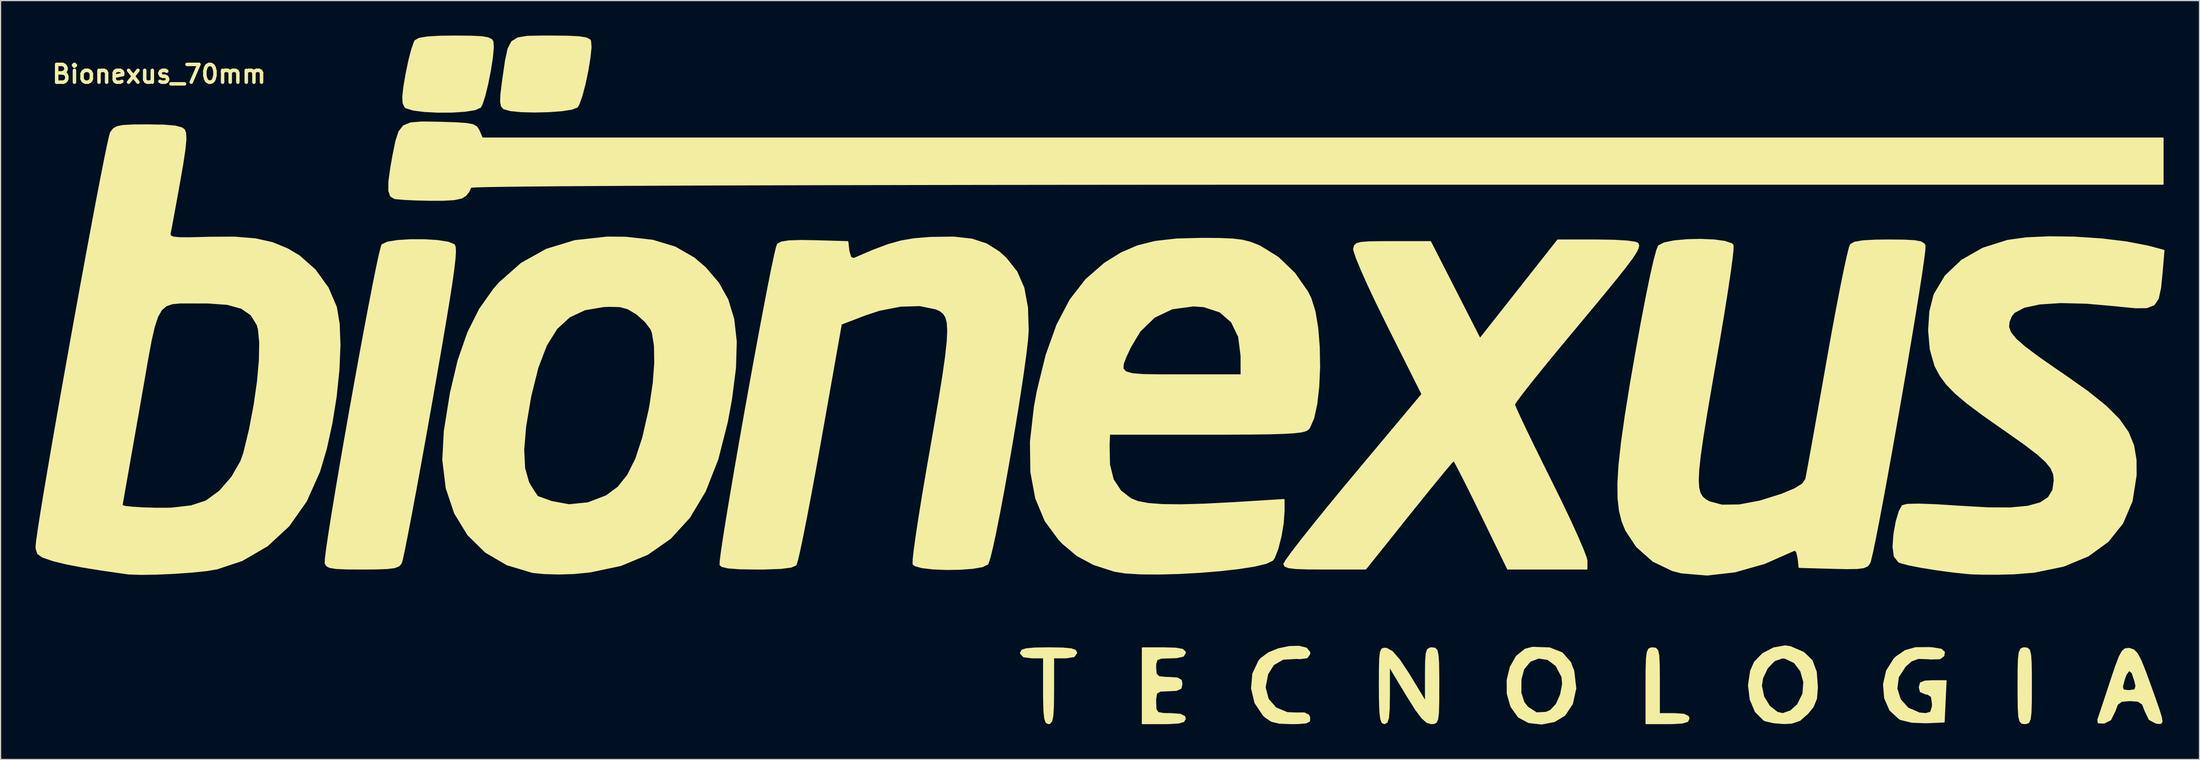
<source format=kicad_pcb>
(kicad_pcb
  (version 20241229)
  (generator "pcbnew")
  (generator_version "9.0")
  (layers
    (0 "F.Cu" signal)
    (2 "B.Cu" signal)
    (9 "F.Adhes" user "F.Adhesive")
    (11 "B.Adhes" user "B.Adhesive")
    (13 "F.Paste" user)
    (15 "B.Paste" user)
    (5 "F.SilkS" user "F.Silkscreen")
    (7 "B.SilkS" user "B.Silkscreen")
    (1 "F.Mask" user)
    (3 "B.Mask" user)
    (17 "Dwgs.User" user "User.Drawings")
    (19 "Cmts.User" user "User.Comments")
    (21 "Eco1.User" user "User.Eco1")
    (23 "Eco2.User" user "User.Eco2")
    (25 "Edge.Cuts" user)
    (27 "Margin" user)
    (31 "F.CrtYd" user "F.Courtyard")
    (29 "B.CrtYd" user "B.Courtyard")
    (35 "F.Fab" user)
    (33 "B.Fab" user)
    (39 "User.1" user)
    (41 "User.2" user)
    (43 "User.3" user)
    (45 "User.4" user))
  (footprint "Bionexus_70mm"
    (layer "F.Cu")
    (at 90.65 28.838)
    (property "Reference" "Bionexus_70mm" (at -80.061 -25.527 0) (layer "F.SilkS") (effects (font (size 1.524 1.524) (thickness 0.3))))
    (attr through_hole)
    (fp_poly (pts (xy 51.082 29.774) (xy 50.96 30.012) (xy 50.522 30.144) (xy 49.664 30.195) (xy 49.248 30.198) (xy 47.413 30.198) (xy 47.413 26.952) (xy 47.419 25.558) (xy 47.448 24.632) (xy 47.517 24.08) (xy 47.642 23.806) (xy 47.84 23.714) (xy 47.978 23.707) (xy 48.235 23.745) (xy 48.399 23.93) (xy 48.492 24.362) (xy 48.532 25.144) (xy 48.542 26.378) (xy 48.542 26.529) (xy 48.542 29.351) (xy 49.812 29.351) (xy 50.649 29.407) (xy 51.031 29.595) (xy 51.082 29.774)) (stroke (width 0.1) (type solid)) (fill yes) (layer "F.SilkS"))
    (fp_poly (pts (xy 80.433 26.952) (xy 80.427 28.347) (xy 80.398 29.272) (xy 80.33 29.824) (xy 80.205 30.099) (xy 80.007 30.19) (xy 79.869 30.198) (xy 79.626 30.163) (xy 79.465 29.996) (xy 79.369 29.602) (xy 79.322 28.883) (xy 79.306 27.746) (xy 79.304 26.952) (xy 79.31 25.558) (xy 79.339 24.632) (xy 79.408 24.08) (xy 79.533 23.806) (xy 79.731 23.714) (xy 79.869 23.707) (xy 80.111 23.741) (xy 80.272 23.908) (xy 80.368 24.303) (xy 80.416 25.021) (xy 80.432 26.159) (xy 80.433 26.952)) (stroke (width 0.1) (type solid)) (fill yes) (layer "F.SilkS"))
    (fp_poly (pts (xy -1.411 24.13) (xy -1.625 24.443) (xy -2.309 24.553) (xy -2.399 24.553) (xy -3.387 24.553) (xy -3.387 27.376) (xy -3.401 28.692) (xy -3.452 29.537) (xy -3.554 30.003) (xy -3.722 30.184) (xy -3.81 30.198) (xy -4.007 30.105) (xy -4.134 29.763) (xy -4.204 29.08) (xy -4.231 27.963) (xy -4.233 27.376) (xy -4.233 24.553) (xy -5.221 24.553) (xy -5.952 24.462) (xy -6.207 24.169) (xy -6.209 24.13) (xy -6.106 23.918) (xy -5.734 23.789) (xy -4.992 23.724) (xy -3.81 23.707) (xy -2.611 23.725) (xy -1.877 23.791) (xy -1.51 23.921) (xy -1.411 24.13)) (stroke (width 0.1) (type solid)) (fill yes) (layer "F.SilkS"))
    (fp_poly (pts (xy -51.416 -27.805) (xy -51.501 -26.915) (xy -51.673 -25.813) (xy -51.9 -24.668) (xy -52.151 -23.646) (xy -52.393 -22.915) (xy -52.517 -22.691) (xy -52.969 -22.486) (xy -53.829 -22.348) (xy -54.944 -22.276) (xy -56.16 -22.27) (xy -57.325 -22.329) (xy -58.285 -22.453) (xy -58.888 -22.64) (xy -58.981 -22.715) (xy -59.136 -23.043) (xy -59.166 -23.587) (xy -59.069 -24.461) (xy -58.877 -25.577) (xy -58.637 -26.725) (xy -58.387 -27.681) (xy -58.17 -28.293) (xy -58.105 -28.403) (xy -57.765 -28.59) (xy -57.066 -28.71) (xy -55.934 -28.773) (xy -54.708 -28.787) (xy -53.321 -28.775) (xy -52.399 -28.729) (xy -51.842 -28.636) (xy -51.551 -28.48) (xy -51.45 -28.319) (xy -51.416 -27.805)) (stroke (width 0.1) (type solid)) (fill yes) (layer "F.SilkS"))
    (fp_poly (pts (xy -43.041 -27.832) (xy -43.131 -26.93) (xy -43.313 -25.822) (xy -43.555 -24.676) (xy -43.822 -23.657) (xy -44.082 -22.932) (xy -44.221 -22.706) (xy -44.678 -22.526) (xy -45.542 -22.394) (xy -46.657 -22.312) (xy -47.866 -22.284) (xy -49.013 -22.313) (xy -49.942 -22.404) (xy -50.497 -22.559) (xy -50.506 -22.565) (xy -50.697 -22.764) (xy -50.779 -23.129) (xy -50.755 -23.777) (xy -50.628 -24.824) (xy -50.562 -25.288) (xy -50.352 -26.721) (xy -50.14 -27.698) (xy -49.826 -28.306) (xy -49.305 -28.632) (xy -48.477 -28.764) (xy -47.237 -28.788) (xy -46.446 -28.787) (xy -45.003 -28.773) (xy -44.034 -28.724) (xy -43.446 -28.629) (xy -43.149 -28.475) (xy -43.078 -28.364) (xy -43.041 -27.832)) (stroke (width 0.1) (type solid)) (fill yes) (layer "F.SilkS"))
    (fp_poly (pts (xy 18.571 24.079) (xy 18.566 24.237) (xy 18.342 24.544) (xy 17.753 24.621) (xy 17.442 24.603) (xy 16.277 24.672) (xy 15.463 25.146) (xy 14.965 25.948) (xy 14.746 27.087) (xy 15.007 28.093) (xy 15.668 28.856) (xy 16.651 29.266) (xy 17.351 29.297) (xy 18.114 29.294) (xy 18.479 29.475) (xy 18.571 29.704) (xy 18.552 29.981) (xy 18.276 30.131) (xy 17.628 30.19) (xy 16.993 30.198) (xy 15.971 30.159) (xy 15.305 29.999) (xy 14.786 29.657) (xy 14.591 29.472) (xy 13.895 28.423) (xy 13.597 27.181) (xy 13.704 25.922) (xy 14.222 24.822) (xy 14.395 24.617) (xy 15.053 24.13) (xy 15.907 23.786) (xy 16.821 23.597) (xy 17.659 23.574) (xy 18.288 23.731) (xy 18.571 24.079)) (stroke (width 0.1) (type solid)) (fill yes) (layer "F.SilkS"))
    (fp_poly (pts (xy 41.378 27.172) (xy 41.088 28.5) (xy 40.431 29.484) (xy 40.263 29.586) (xy 40.263 26.792) (xy 40.204 26.181) (xy 39.703 25.229) (xy 38.995 24.694) (xy 38.208 24.569) (xy 37.472 24.845) (xy 36.915 25.516) (xy 36.679 26.388) (xy 36.668 27.56) (xy 36.935 28.384) (xy 37.253 28.787) (xy 38.015 29.286) (xy 38.833 29.245) (xy 39.225 29.071) (xy 39.717 28.549) (xy 40.091 27.708) (xy 40.263 26.792) (xy 40.263 29.586) (xy 39.55 30.02) (xy 38.451 30.23) (xy 37.352 30.104) (xy 36.474 29.635) (xy 36.47 29.632) (xy 35.829 28.731) (xy 35.518 27.631) (xy 35.509 26.46) (xy 35.779 25.35) (xy 36.3 24.428) (xy 37.048 23.824) (xy 37.659 23.663) (xy 39.136 23.712) (xy 40.209 24.132) (xy 40.92 24.945) (xy 41.205 25.686) (xy 41.378 27.172)) (stroke (width 0.1) (type solid)) (fill yes) (layer "F.SilkS"))
    (fp_poly (pts (xy 7.902 29.774) (xy 7.78 30.012) (xy 7.342 30.144) (xy 6.484 30.195) (xy 6.068 30.198) (xy 4.233 30.198) (xy 4.233 26.952) (xy 4.233 23.707) (xy 6.068 23.707) (xy 7.097 23.735) (xy 7.669 23.836) (xy 7.889 24.034) (xy 7.902 24.13) (xy 7.736 24.409) (xy 7.171 24.536) (xy 6.632 24.553) (xy 5.851 24.578) (xy 5.481 24.72) (xy 5.369 25.081) (xy 5.362 25.4) (xy 5.407 25.943) (xy 5.648 26.184) (xy 6.249 26.245) (xy 6.491 26.247) (xy 7.23 26.294) (xy 7.556 26.485) (xy 7.62 26.811) (xy 7.525 27.18) (xy 7.143 27.344) (xy 6.491 27.376) (xy 5.768 27.405) (xy 5.447 27.59) (xy 5.365 28.072) (xy 5.362 28.363) (xy 5.389 28.97) (xy 5.573 29.258) (xy 6.067 29.345) (xy 6.632 29.351) (xy 7.469 29.407) (xy 7.851 29.595) (xy 7.902 29.774)) (stroke (width 0.1) (type solid)) (fill yes) (layer "F.SilkS"))
    (fp_poly (pts (xy 62.089 27.077) (xy 62.014 28.055) (xy 61.72 28.767) (xy 61.27 29.321) (xy 60.938 29.614) (xy 60.938 26.636) (xy 60.676 25.695) (xy 60.124 24.964) (xy 59.33 24.586) (xy 59.075 24.562) (xy 58.4 24.805) (xy 57.796 25.44) (xy 57.39 26.297) (xy 57.291 26.952) (xy 57.485 27.893) (xy 57.983 28.711) (xy 58.656 29.241) (xy 59.126 29.351) (xy 59.798 29.119) (xy 60.403 28.575) (xy 60.863 27.643) (xy 60.938 26.636) (xy 60.938 29.614) (xy 60.598 29.913) (xy 59.89 30.157) (xy 59.224 30.189) (xy 58.342 30.119) (xy 57.639 29.956) (xy 57.503 29.893) (xy 56.786 29.176) (xy 56.342 28.121) (xy 56.197 26.899) (xy 56.378 25.681) (xy 56.713 24.923) (xy 57.403 24.207) (xy 58.352 23.713) (xy 59.333 23.539) (xy 59.782 23.608) (xy 60.914 24.098) (xy 61.625 24.778) (xy 61.991 25.762) (xy 62.089 27.077)) (stroke (width 0.1) (type solid)) (fill yes) (layer "F.SilkS"))
    (fp_poly (pts (xy 73.122 26.529) (xy 73.038 28.293) (xy 72.954 30.057) (xy 71.402 30.123) (xy 70.198 30.077) (xy 69.265 29.854) (xy 69.113 29.781) (xy 68.318 29.048) (xy 67.868 28.015) (xy 67.771 26.837) (xy 68.034 25.669) (xy 68.666 24.662) (xy 68.849 24.483) (xy 69.628 23.943) (xy 70.524 23.694) (xy 71.73 23.686) (xy 71.967 23.704) (xy 72.704 23.826) (xy 72.976 24.069) (xy 72.926 24.385) (xy 72.593 24.628) (xy 71.823 24.651) (xy 71.595 24.629) (xy 70.746 24.601) (xy 70.15 24.823) (xy 69.635 25.268) (xy 69.03 26.204) (xy 68.902 27.202) (xy 69.197 28.135) (xy 69.861 28.876) (xy 70.838 29.299) (xy 71.384 29.351) (xy 71.808 29.226) (xy 71.959 28.75) (xy 71.967 28.504) (xy 71.878 27.885) (xy 71.548 27.667) (xy 71.402 27.658) (xy 70.931 27.458) (xy 70.838 27.093) (xy 70.931 26.726) (xy 71.31 26.562) (xy 71.98 26.529) (xy 73.122 26.529)) (stroke (width 0.1) (type solid)) (fill yes) (layer "F.SilkS"))
    (fp_poly (pts (xy 29.633 26.952) (xy 29.629 28.344) (xy 29.604 29.267) (xy 29.539 29.818) (xy 29.414 30.093) (xy 29.212 30.187) (xy 28.992 30.198) (xy 28.62 30.092) (xy 28.202 29.721) (xy 27.669 29.009) (xy 26.956 27.878) (xy 26.875 27.744) (xy 25.4 25.29) (xy 25.4 27.744) (xy 25.383 28.959) (xy 25.319 29.708) (xy 25.193 30.088) (xy 24.986 30.198) (xy 24.977 30.198) (xy 24.791 30.111) (xy 24.668 29.794) (xy 24.594 29.157) (xy 24.56 28.113) (xy 24.553 26.933) (xy 24.557 25.537) (xy 24.582 24.612) (xy 24.645 24.066) (xy 24.764 23.806) (xy 24.959 23.737) (xy 25.175 23.758) (xy 25.65 24.025) (xy 26.264 24.731) (xy 27.05 25.917) (xy 27.151 26.083) (xy 28.504 28.318) (xy 28.504 26.013) (xy 28.516 24.873) (xy 28.568 24.186) (xy 28.689 23.838) (xy 28.906 23.717) (xy 29.069 23.707) (xy 29.311 23.741) (xy 29.472 23.908) (xy 29.568 24.303) (xy 29.616 25.021) (xy 29.632 26.159) (xy 29.633 26.952)) (stroke (width 0.1) (type solid)) (fill yes) (layer "F.SilkS"))
    (fp_poly (pts (xy 91.631 30.005) (xy 91.564 30.166) (xy 91.381 30.187) (xy 91.123 30.15) (xy 90.549 29.846) (xy 90.209 29.139) (xy 89.968 28.527) (xy 89.582 28.271) (xy 89.413 28.259) (xy 89.413 26.997) (xy 89.334 26.599) (xy 89.077 25.833) (xy 88.819 25.63) (xy 88.552 25.987) (xy 88.411 26.381) (xy 88.238 27.034) (xy 88.31 27.312) (xy 88.693 27.375) (xy 88.816 27.376) (xy 89.307 27.31) (xy 89.413 26.997) (xy 89.413 28.259) (xy 88.9 28.222) (xy 88.184 28.28) (xy 87.814 28.554) (xy 87.591 29.139) (xy 87.229 29.871) (xy 86.664 30.152) (xy 86.179 30.127) (xy 86.14 29.87) (xy 86.283 29.458) (xy 86.557 28.637) (xy 86.92 27.539) (xy 87.232 26.587) (xy 87.661 25.304) (xy 87.977 24.471) (xy 88.234 23.996) (xy 88.483 23.788) (xy 88.776 23.756) (xy 88.856 23.765) (xy 89.204 23.879) (xy 89.509 24.192) (xy 89.833 24.803) (xy 90.236 25.813) (xy 90.446 26.388) (xy 90.988 27.895) (xy 91.357 28.947) (xy 91.567 29.625) (xy 91.631 30.005)) (stroke (width 0.1) (type solid)) (fill yes) (layer "F.SilkS"))
    (fp_poly (pts (xy 91.722 -16.087) (xy 19.191 -16.087) (xy 11.641 -16.086) (xy 4.433 -16.083) (xy -2.419 -16.078) (xy -8.901 -16.071) (xy -15 -16.062) (xy -20.702 -16.052) (xy -25.993 -16.04) (xy -30.86 -16.026) (xy -35.289 -16.01) (xy -39.266 -15.993) (xy -42.778 -15.974) (xy -45.811 -15.954) (xy -48.352 -15.932) (xy -50.387 -15.909) (xy -51.902 -15.885) (xy -52.884 -15.859) (xy -53.318 -15.832) (xy -53.34 -15.825) (xy -53.52 -15.434) (xy -53.783 -15.119) (xy -54.147 -14.896) (xy -54.763 -14.764) (xy -55.744 -14.709) (xy -56.817 -14.708) (xy -58.022 -14.736) (xy -59.05 -14.784) (xy -59.743 -14.843) (xy -59.902 -14.87) (xy -60.211 -15.07) (xy -60.362 -15.52) (xy -60.356 -16.301) (xy -60.196 -17.491) (xy -60.004 -18.559) (xy -59.759 -19.767) (xy -59.498 -20.584) (xy -59.114 -21.081) (xy -58.501 -21.333) (xy -57.553 -21.413) (xy -56.162 -21.394) (xy -55.908 -21.387) (xy -54.571 -21.344) (xy -53.689 -21.282) (xy -53.151 -21.179) (xy -52.849 -21.009) (xy -52.673 -20.75) (xy -52.638 -20.673) (xy -52.359 -20.038) (xy 19.681 -20.038) (xy 91.722 -20.038) (xy 91.722 -18.062) (xy 91.722 -16.087)) (stroke (width 0.1) (type solid)) (fill yes) (layer "F.SilkS"))
    (fp_poly (pts (xy -54.664 -10.288) (xy -54.704 -9.668) (xy -54.806 -8.77) (xy -54.978 -7.55) (xy -55.226 -5.965) (xy -55.556 -3.973) (xy -55.973 -1.529) (xy -56.486 1.41) (xy -56.722 2.753) (xy -57.196 5.423) (xy -57.648 7.933) (xy -58.068 10.225) (xy -58.446 12.244) (xy -58.769 13.932) (xy -59.028 15.232) (xy -59.211 16.088) (xy -59.308 16.439) (xy -59.498 16.661) (xy -59.856 16.806) (xy -60.488 16.889) (xy -61.497 16.926) (xy -62.63 16.933) (xy -63.997 16.923) (xy -64.899 16.882) (xy -65.438 16.795) (xy -65.712 16.646) (xy -65.818 16.439) (xy -65.8 16.046) (xy -65.69 15.167) (xy -65.497 13.87) (xy -65.235 12.221) (xy -64.916 10.287) (xy -64.551 8.135) (xy -64.152 5.832) (xy -63.731 3.443) (xy -63.301 1.036) (xy -62.872 -1.322) (xy -62.457 -3.566) (xy -62.067 -5.628) (xy -61.715 -7.442) (xy -61.413 -8.941) (xy -61.172 -10.058) (xy -61.004 -10.727) (xy -60.941 -10.888) (xy -60.481 -11.101) (xy -59.619 -11.242) (xy -58.511 -11.312) (xy -57.316 -11.311) (xy -56.19 -11.24) (xy -55.291 -11.1) (xy -54.777 -10.892) (xy -54.75 -10.864) (xy -54.682 -10.672) (xy -54.664 -10.288)) (stroke (width 0.1) (type solid)) (fill yes) (layer "F.SilkS"))
    (fp_poly (pts (xy 46.768 -10.825) (xy 46.719 -10.582) (xy 46.537 -10.219) (xy 46.187 -9.692) (xy 45.635 -8.955) (xy 44.848 -7.962) (xy 43.791 -6.668) (xy 42.432 -5.028) (xy 41.012 -3.326) (xy 39.72 -1.771) (xy 38.556 -0.349) (xy 37.568 0.879) (xy 36.802 1.855) (xy 36.305 2.52) (xy 36.124 2.813) (xy 36.124 2.814) (xy 36.246 3.139) (xy 36.588 3.895) (xy 37.115 5.01) (xy 37.794 6.412) (xy 38.589 8.028) (xy 39.229 9.313) (xy 40.093 11.068) (xy 40.864 12.688) (xy 41.508 14.096) (xy 41.989 15.214) (xy 42.272 15.962) (xy 42.333 16.225) (xy 42.333 16.933) (xy 38.941 16.933) (xy 35.548 16.933) (xy 33.285 12.277) (xy 32.563 10.801) (xy 31.924 9.518) (xy 31.41 8.507) (xy 31.061 7.848) (xy 30.919 7.62) (xy 30.72 7.83) (xy 30.223 8.418) (xy 29.481 9.319) (xy 28.546 10.469) (xy 27.473 11.802) (xy 27.093 12.277) (xy 23.372 16.933) (xy 19.87 16.933) (xy 18.384 16.923) (xy 17.376 16.887) (xy 16.761 16.812) (xy 16.454 16.691) (xy 16.369 16.511) (xy 16.369 16.507) (xy 16.544 16.195) (xy 17.042 15.507) (xy 17.819 14.496) (xy 18.832 13.219) (xy 20.038 11.728) (xy 21.395 10.079) (xy 22.287 9.008) (xy 28.205 1.935) (xy 25.234 -4) (xy 24.359 -5.781) (xy 23.603 -7.383) (xy 22.998 -8.736) (xy 22.575 -9.766) (xy 22.366 -10.401) (xy 22.35 -10.542) (xy 22.417 -10.802) (xy 22.594 -10.975) (xy 22.979 -11.078) (xy 23.672 -11.129) (xy 24.771 -11.146) (xy 25.682 -11.148) (xy 28.928 -11.148) (xy 31.05 -6.989) (xy 33.171 -2.83) (xy 36.504 -7.059) (xy 39.837 -11.289) (xy 43.185 -11.289) (xy 44.674 -11.264) (xy 45.811 -11.196) (xy 46.518 -11.089) (xy 46.715 -10.994) (xy 46.768 -10.825)) (stroke (width 0.1) (type solid)) (fill yes) (layer "F.SilkS"))
    (fp_poly (pts (xy -30.59 -2.583) (xy -30.656 -0.32) (xy -30.995 2.341) (xy -31.354 4.302) (xy -32.171 7.522) (xy -33.242 10.249) (xy -34.587 12.503) (xy -36.227 14.303) (xy -37.565 15.238) (xy -37.565 -0.758) (xy -37.59 -2.232) (xy -37.769 -3.328) (xy -37.897 -3.66) (xy -38.361 -4.272) (xy -39.063 -4.904) (xy -39.233 -5.026) (xy -39.898 -5.408) (xy -40.573 -5.588) (xy -41.486 -5.61) (xy -41.975 -5.586) (xy -43.557 -5.319) (xy -44.878 -4.703) (xy -45.969 -3.698) (xy -46.864 -2.262) (xy -47.595 -0.354) (xy -48.196 2.067) (xy -48.225 2.208) (xy -48.644 4.693) (xy -48.813 6.706) (xy -48.733 8.285) (xy -48.403 9.463) (xy -48.237 9.774) (xy -47.856 10.374) (xy -47.626 10.706) (xy -47.602 10.729) (xy -47.335 10.819) (xy -46.72 11.042) (xy -46.426 11.151) (xy -44.922 11.43) (xy -43.295 11.263) (xy -41.74 10.67) (xy -41.703 10.65) (xy -40.714 9.916) (xy -39.885 8.877) (xy -39.185 7.472) (xy -38.586 5.638) (xy -38.057 3.313) (xy -37.972 2.862) (xy -37.692 0.978) (xy -37.565 -0.758) (xy -37.565 15.238) (xy -38.182 15.669) (xy -40.473 16.623) (xy -43.119 17.183) (xy -44.501 17.317) (xy -45.784 17.357) (xy -47.05 17.323) (xy -48.032 17.224) (xy -48.054 17.22) (xy -50.233 16.569) (xy -52.087 15.481) (xy -53.59 13.997) (xy -54.716 12.157) (xy -55.439 10.003) (xy -55.735 7.576) (xy -55.604 5.106) (xy -55.08 1.825) (xy -54.419 -0.968) (xy -53.595 -3.34) (xy -52.585 -5.357) (xy -51.364 -7.085) (xy -50.884 -7.632) (xy -49.006 -9.292) (xy -46.861 -10.49) (xy -44.419 -11.234) (xy -41.652 -11.537) (xy -40.047 -11.523) (xy -37.744 -11.263) (xy -35.829 -10.684) (xy -34.2 -9.748) (xy -33.229 -8.914) (xy -32.116 -7.613) (xy -31.311 -6.166) (xy -30.806 -4.51) (xy -30.59 -2.583)) (stroke (width 0.1) (type solid)) (fill yes) (layer "F.SilkS"))
    (fp_poly (pts (xy 91.8 -10.399) (xy 91.641 -8.516) (xy 91.507 -7.172) (xy 91.31 -6.269) (xy 90.953 -5.735) (xy 90.337 -5.498) (xy 89.367 -5.486) (xy 87.944 -5.626) (xy 87.771 -5.646) (xy 85.172 -5.877) (xy 82.957 -5.932) (xy 81.161 -5.815) (xy 79.82 -5.528) (xy 78.967 -5.075) (xy 78.734 -4.787) (xy 78.519 -4.285) (xy 78.48 -3.819) (xy 78.663 -3.336) (xy 79.117 -2.782) (xy 79.888 -2.107) (xy 81.024 -1.256) (xy 82.571 -0.176) (xy 83.299 0.32) (xy 85.294 1.73) (xy 86.831 2.966) (xy 87.96 4.098) (xy 88.732 5.197) (xy 89.197 6.333) (xy 89.405 7.578) (xy 89.413 8.89) (xy 89.066 11.108) (xy 88.259 13.007) (xy 87.005 14.575) (xy 85.315 15.804) (xy 83.202 16.684) (xy 80.677 17.206) (xy 78.881 17.346) (xy 77.556 17.376) (xy 76.28 17.374) (xy 75.277 17.344) (xy 75.071 17.329) (xy 73.75 17.193) (xy 72.364 17.007) (xy 71.054 16.797) (xy 69.964 16.585) (xy 69.235 16.395) (xy 69.074 16.329) (xy 68.69 15.839) (xy 68.587 15.018) (xy 68.664 13.951) (xy 68.855 12.876) (xy 69.116 11.99) (xy 69.383 11.502) (xy 69.803 11.398) (xy 70.775 11.374) (xy 72.302 11.429) (xy 74.279 11.556) (xy 76.719 11.694) (xy 78.654 11.7) (xy 80.131 11.563) (xy 81.198 11.269) (xy 81.902 10.805) (xy 82.29 10.158) (xy 82.409 9.315) (xy 82.409 9.313) (xy 82.348 8.784) (xy 82.126 8.274) (xy 81.68 7.72) (xy 80.951 7.064) (xy 79.877 6.242) (xy 78.396 5.195) (xy 78.056 4.959) (xy 76.29 3.719) (xy 74.936 2.705) (xy 73.924 1.85) (xy 73.181 1.088) (xy 72.638 0.354) (xy 72.222 -0.42) (xy 72.17 -0.537) (xy 71.781 -1.906) (xy 71.638 -3.536) (xy 71.744 -5.18) (xy 72.101 -6.591) (xy 72.118 -6.632) (xy 73.071 -8.225) (xy 74.482 -9.558) (xy 76.287 -10.585) (xy 78.401 -11.254) (xy 80.008 -11.475) (xy 81.995 -11.564) (xy 84.197 -11.531) (xy 86.447 -11.382) (xy 88.579 -11.124) (xy 90.426 -10.766) (xy 90.703 -10.695) (xy 91.8 -10.399)) (stroke (width 0.1) (type solid)) (fill yes) (layer "F.SilkS"))
    (fp_poly (pts (xy 19.417 -0.39) (xy 19.344 1.276) (xy 19.174 2.778) (xy 18.908 3.998) (xy 18.549 4.812) (xy 18.439 4.945) (xy 18.237 5.068) (xy 17.867 5.165) (xy 17.268 5.239) (xy 16.381 5.292) (xy 15.148 5.329) (xy 13.507 5.35) (xy 12.7 5.354) (xy 12.7 0.282) (xy 12.699 -1.341) (xy 12.49 -2.994) (xy 11.876 -4.264) (xy 10.873 -5.132) (xy 9.497 -5.581) (xy 8.613 -5.644) (xy 6.793 -5.402) (xy 5.26 -4.674) (xy 4.013 -3.46) (xy 3.211 -2.117) (xy 2.823 -1.292) (xy 2.586 -0.682) (xy 2.561 -0.253) (xy 2.805 0.025) (xy 3.379 0.186) (xy 4.341 0.261) (xy 5.75 0.282) (xy 7.62 0.282) (xy 12.7 0.282) (xy 12.7 5.354) (xy 11.401 5.361) (xy 9.717 5.362) (xy 1.411 5.362) (xy 1.369 6.279) (xy 1.406 7.978) (xy 1.725 9.263) (xy 2.363 10.232) (xy 3.213 10.897) (xy 3.824 11.15) (xy 4.717 11.323) (xy 5.947 11.416) (xy 7.566 11.433) (xy 9.628 11.373) (xy 12.186 11.241) (xy 12.771 11.205) (xy 16.369 10.979) (xy 16.369 11.967) (xy 16.295 13.017) (xy 16.104 14.156) (xy 15.837 15.198) (xy 15.539 15.96) (xy 15.383 16.185) (xy 14.859 16.438) (xy 13.875 16.675) (xy 12.533 16.888) (xy 10.937 17.07) (xy 9.19 17.214) (xy 7.397 17.313) (xy 5.66 17.36) (xy 4.083 17.348) (xy 2.77 17.269) (xy 1.834 17.12) (xy 0.059 16.544) (xy -1.355 15.787) (xy -2.606 14.736) (xy -2.907 14.425) (xy -4.1 12.798) (xy -4.904 10.873) (xy -5.323 8.619) (xy -5.359 6.009) (xy -5.018 3.015) (xy -4.769 1.662) (xy -4.013 -1.426) (xy -3.085 -4.016) (xy -1.96 -6.158) (xy -0.612 -7.899) (xy 0.984 -9.287) (xy 1.054 -9.337) (xy 2.426 -10.186) (xy 3.812 -10.785) (xy 5.348 -11.169) (xy 7.169 -11.373) (xy 9.313 -11.43) (xy 10.859 -11.418) (xy 11.981 -11.369) (xy 12.818 -11.265) (xy 13.51 -11.087) (xy 14.197 -10.816) (xy 14.316 -10.763) (xy 15.863 -9.803) (xy 17.272 -8.448) (xy 18.381 -6.865) (xy 18.675 -6.271) (xy 19.02 -5.16) (xy 19.257 -3.729) (xy 19.388 -2.099) (xy 19.417 -0.39)) (stroke (width 0.1) (type solid)) (fill yes) (layer "F.SilkS"))
    (fp_poly (pts (xy -5.565 -3.528) (xy -5.624 -2.695) (xy -5.769 -1.453) (xy -5.984 0.118) (xy -6.257 1.939) (xy -6.573 3.931) (xy -6.918 6.014) (xy -7.28 8.109) (xy -7.644 10.136) (xy -7.997 12.017) (xy -8.324 13.672) (xy -8.612 15.02) (xy -8.847 15.984) (xy -9.016 16.484) (xy -9.038 16.519) (xy -9.48 16.727) (xy -10.31 16.871) (xy -11.386 16.952) (xy -12.563 16.97) (xy -13.698 16.924) (xy -14.647 16.816) (xy -15.266 16.645) (xy -15.42 16.511) (xy -15.413 16.135) (xy -15.317 15.277) (xy -15.141 14.008) (xy -14.896 12.402) (xy -14.593 10.53) (xy -14.243 8.466) (xy -14.12 7.758) (xy -13.602 4.785) (xy -13.182 2.317) (xy -12.86 0.304) (xy -12.632 -1.303) (xy -12.496 -2.554) (xy -12.45 -3.5) (xy -12.49 -4.19) (xy -12.616 -4.674) (xy -12.824 -5.002) (xy -13.112 -5.225) (xy -13.477 -5.391) (xy -13.484 -5.393) (xy -14.847 -5.671) (xy -16.513 -5.623) (xy -18.334 -5.264) (xy -19.509 -4.877) (xy -21.585 -4.08) (xy -23.383 6.074) (xy -23.802 8.406) (xy -24.202 10.569) (xy -24.57 12.498) (xy -24.893 14.128) (xy -25.159 15.395) (xy -25.355 16.234) (xy -25.467 16.581) (xy -25.871 16.763) (xy -26.757 16.878) (xy -28.158 16.93) (xy -28.791 16.933) (xy -30.292 16.91) (xy -31.285 16.836) (xy -31.826 16.705) (xy -31.964 16.581) (xy -31.949 16.221) (xy -31.84 15.373) (xy -31.649 14.103) (xy -31.389 12.477) (xy -31.07 10.561) (xy -30.705 8.421) (xy -30.306 6.125) (xy -29.885 3.737) (xy -29.452 1.325) (xy -29.021 -1.047) (xy -28.603 -3.311) (xy -28.21 -5.401) (xy -27.854 -7.251) (xy -27.546 -8.795) (xy -27.298 -9.967) (xy -27.123 -10.7) (xy -27.044 -10.925) (xy -26.723 -11.11) (xy -26.081 -11.214) (xy -25.031 -11.247) (xy -23.876 -11.228) (xy -21.026 -11.148) (xy -20.934 -10.349) (xy -20.768 -9.795) (xy -20.511 -9.699) (xy -18.876 -10.401) (xy -17.581 -10.887) (xy -16.463 -11.203) (xy -15.359 -11.392) (xy -14.107 -11.498) (xy -13.905 -11.51) (xy -11.931 -11.537) (xy -10.376 -11.36) (xy -9.122 -10.948) (xy -8.05 -10.268) (xy -7.471 -9.744) (xy -6.543 -8.573) (xy -5.938 -7.191) (xy -5.624 -5.494) (xy -5.565 -3.528)) (stroke (width 0.1) (type solid)) (fill yes) (layer "F.SilkS"))
    (fp_poly (pts (xy 71.316 -10.824) (xy 71.303 -10.462) (xy 71.199 -9.612) (xy 71.015 -8.339) (xy 70.763 -6.712) (xy 70.454 -4.796) (xy 70.1 -2.659) (xy 69.713 -0.366) (xy 69.304 2.015) (xy 68.884 4.418) (xy 68.466 6.776) (xy 68.061 9.022) (xy 67.68 11.091) (xy 67.336 12.915) (xy 67.039 14.428) (xy 66.802 15.563) (xy 66.635 16.253) (xy 66.577 16.421) (xy 66.392 16.662) (xy 66.078 16.811) (xy 65.522 16.885) (xy 64.614 16.898) (xy 63.414 16.872) (xy 60.537 16.792) (xy 60.446 15.999) (xy 60.323 15.464) (xy 60.164 15.306) (xy 57.558 16.456) (xy 55.025 17.174) (xy 52.635 17.447) (xy 50.457 17.264) (xy 49.671 17.064) (xy 48.002 16.262) (xy 46.602 15.018) (xy 45.677 13.618) (xy 45.356 12.829) (xy 45.134 11.93) (xy 45.015 10.866) (xy 45.001 9.58) (xy 45.096 8.016) (xy 45.303 6.118) (xy 45.625 3.831) (xy 46.065 1.098) (xy 46.548 -1.693) (xy 47.001 -4.19) (xy 47.416 -6.357) (xy 47.783 -8.149) (xy 48.093 -9.518) (xy 48.335 -10.418) (xy 48.492 -10.795) (xy 48.968 -11.04) (xy 49.824 -11.213) (xy 50.915 -11.314) (xy 52.097 -11.341) (xy 53.225 -11.293) (xy 54.155 -11.169) (xy 54.743 -10.968) (xy 54.863 -10.839) (xy 54.859 -10.459) (xy 54.763 -9.594) (xy 54.588 -8.315) (xy 54.344 -6.692) (xy 54.04 -4.797) (xy 53.688 -2.7) (xy 53.496 -1.596) (xy 52.991 1.308) (xy 52.583 3.709) (xy 52.27 5.657) (xy 52.049 7.206) (xy 51.919 8.406) (xy 51.875 9.31) (xy 51.916 9.969) (xy 52.038 10.435) (xy 52.238 10.76) (xy 52.515 10.996) (xy 52.822 11.172) (xy 53.919 11.466) (xy 55.393 11.445) (xy 57.16 11.116) (xy 59.019 10.532) (xy 60.154 10.06) (xy 60.821 9.644) (xy 61.105 9.232) (xy 61.111 9.209) (xy 61.192 8.796) (xy 61.359 7.896) (xy 61.598 6.577) (xy 61.897 4.909) (xy 62.244 2.961) (xy 62.627 0.802) (xy 62.935 -0.951) (xy 63.34 -3.215) (xy 63.729 -5.311) (xy 64.088 -7.17) (xy 64.404 -8.726) (xy 64.662 -9.912) (xy 64.85 -10.662) (xy 64.939 -10.899) (xy 65.282 -11.092) (xy 65.98 -11.215) (xy 67.108 -11.277) (xy 68.2 -11.289) (xy 69.553 -11.276) (xy 70.442 -11.226) (xy 70.971 -11.125) (xy 71.24 -10.957) (xy 71.316 -10.824)) (stroke (width 0.1) (type solid)) (fill yes) (layer "F.SilkS"))
    (fp_poly (pts (xy -64.563 -2.271) (xy -64.652 -0.154) (xy -64.886 2.12) (xy -65.253 4.426) (xy -65.738 6.638) (xy -66.308 8.565) (xy -67.44 11.101) (xy -68.941 13.236) (xy -70.786 14.944) (xy -71.429 15.318) (xy -71.429 -2.504) (xy -71.542 -3.647) (xy -71.648 -4.022) (xy -72.169 -4.868) (xy -73.002 -5.444) (xy -74.215 -5.778) (xy -75.878 -5.898) (xy -76.341 -5.897) (xy -77.407 -5.901) (xy -78.259 -5.899) (xy -78.929 -5.836) (xy -79.451 -5.656) (xy -79.861 -5.303) (xy -80.192 -4.722) (xy -80.478 -3.855) (xy -80.754 -2.649) (xy -81.052 -1.045) (xy -81.408 1.01) (xy -81.749 2.972) (xy -82.12 5.08) (xy -82.458 6.999) (xy -82.75 8.662) (xy -82.986 10.001) (xy -83.152 10.948) (xy -83.238 11.434) (xy -83.247 11.484) (xy -83.002 11.567) (xy -82.339 11.641) (xy -81.401 11.697) (xy -80.334 11.729) (xy -79.284 11.727) (xy -78.974 11.718) (xy -77.332 11.529) (xy -76.055 11.114) (xy -76.011 11.092) (xy -74.868 10.254) (xy -73.828 9.056) (xy -73.047 7.695) (xy -72.793 6.979) (xy -72.298 4.924) (xy -71.904 2.845) (xy -71.621 0.845) (xy -71.458 -0.973) (xy -71.429 -2.504) (xy -71.429 15.318) (xy -72.95 16.202) (xy -75.103 16.92) (xy -76.006 17.068) (xy -77.28 17.199) (xy -78.752 17.302) (xy -80.246 17.37) (xy -81.587 17.392) (xy -82.6 17.359) (xy -82.832 17.334) (xy -84.989 17.023) (xy -86.672 16.751) (xy -87.972 16.502) (xy -88.976 16.26) (xy -89.221 16.19) (xy -90.046 15.907) (xy -90.457 15.618) (xy -90.592 15.206) (xy -90.6 15.017) (xy -90.553 14.519) (xy -90.414 13.538) (xy -90.193 12.131) (xy -89.903 10.358) (xy -89.551 8.277) (xy -89.151 5.945) (xy -88.711 3.422) (xy -88.242 0.766) (xy -87.755 -1.964) (xy -87.26 -4.711) (xy -86.769 -7.416) (xy -86.29 -10.021) (xy -85.835 -12.467) (xy -85.415 -14.696) (xy -85.04 -16.649) (xy -84.719 -18.269) (xy -84.465 -19.496) (xy -84.287 -20.273) (xy -84.205 -20.532) (xy -83.98 -20.824) (xy -83.668 -21.01) (xy -83.15 -21.113) (xy -82.306 -21.157) (xy -81.026 -21.167) (xy -79.608 -21.142) (xy -78.665 -21.06) (xy -78.11 -20.91) (xy -77.909 -20.762) (xy -77.792 -20.473) (xy -77.77 -19.94) (xy -77.85 -19.085) (xy -78.038 -17.828) (xy -78.3 -16.317) (xy -78.566 -14.845) (xy -78.802 -13.551) (xy -78.988 -12.546) (xy -79.103 -11.942) (xy -79.124 -11.842) (xy -79.1 -11.66) (xy -78.876 -11.544) (xy -78.363 -11.486) (xy -77.478 -11.478) (xy -76.134 -11.51) (xy -75.778 -11.522) (xy -73.585 -11.533) (xy -71.815 -11.388) (xy -70.342 -11.059) (xy -69.04 -10.522) (xy -68.034 -9.922) (xy -66.69 -8.731) (xy -65.585 -7.199) (xy -64.873 -5.542) (xy -64.87 -5.53) (xy -64.631 -4.104) (xy -64.563 -2.271)) (stroke (width 0.1) (type solid)) (fill yes) (layer "F.SilkS")))
  (gr_rect
    (start -3 -3)
    (end 185.5 62.118)
    (stroke (width 0.1) (type default))
    (fill no)
    (layer "Edge.Cuts")))
</source>
